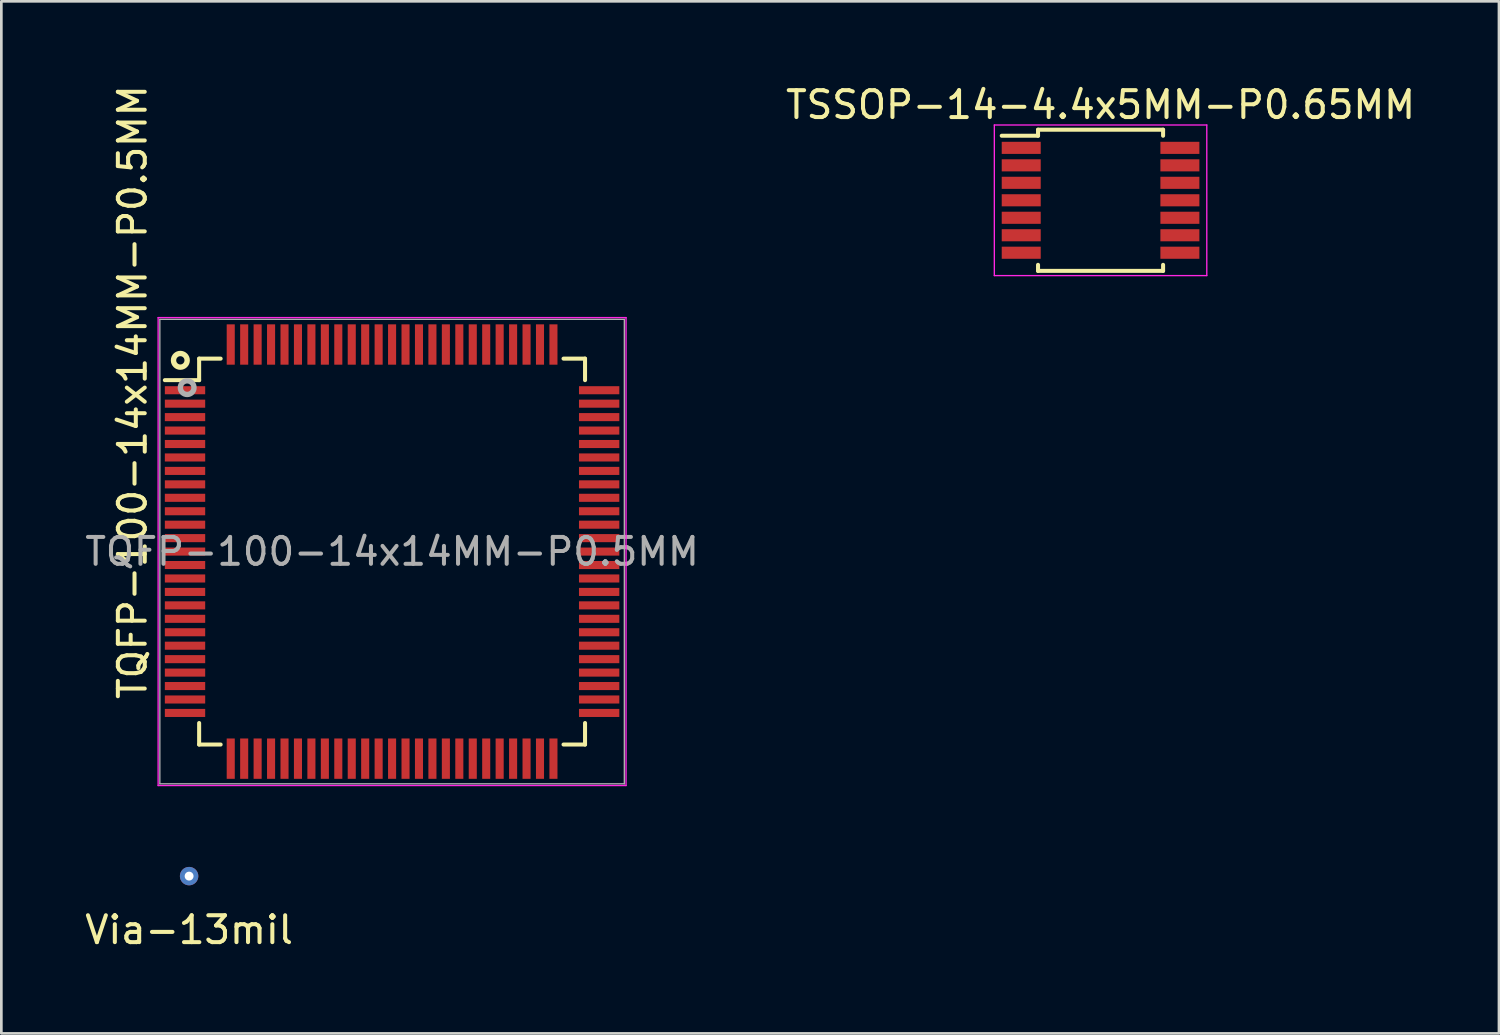
<source format=kicad_pcb>
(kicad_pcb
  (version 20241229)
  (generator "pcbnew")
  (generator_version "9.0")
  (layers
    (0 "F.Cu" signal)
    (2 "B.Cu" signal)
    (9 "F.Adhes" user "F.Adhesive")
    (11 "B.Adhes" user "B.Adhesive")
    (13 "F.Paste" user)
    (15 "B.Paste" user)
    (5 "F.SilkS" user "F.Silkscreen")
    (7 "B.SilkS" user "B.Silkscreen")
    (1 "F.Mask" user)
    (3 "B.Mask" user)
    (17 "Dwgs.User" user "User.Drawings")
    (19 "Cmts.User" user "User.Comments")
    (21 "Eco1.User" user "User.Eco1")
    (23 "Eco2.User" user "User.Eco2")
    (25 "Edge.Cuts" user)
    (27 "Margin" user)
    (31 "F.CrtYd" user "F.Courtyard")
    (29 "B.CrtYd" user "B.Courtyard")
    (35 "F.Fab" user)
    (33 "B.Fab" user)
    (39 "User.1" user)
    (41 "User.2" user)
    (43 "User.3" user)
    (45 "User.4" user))
  (footprint "TSSOP-14-4.4x5MM-P0.65MM"
    (layer "F.Cu")
    (at 37.875 4.398)
    (property "Reference" "TSSOP-14-4.4x5MM-P0.65MM" (at 0 -3.55 0) (layer "F.SilkS") (effects (font (size 1 1) (thickness 0.15))))
    (attr smd)
    (fp_line (start -2.325 -2.625) (end -2.325 -2.4) (stroke (width 0.15) (type solid)) (layer "F.SilkS"))
    (fp_line (start -2.325 -2.625) (end 2.325 -2.625) (stroke (width 0.15) (type solid)) (layer "F.SilkS"))
    (fp_line (start -2.325 -2.4) (end -3.675 -2.4) (stroke (width 0.15) (type solid)) (layer "F.SilkS"))
    (fp_line (start -2.325 2.625) (end -2.325 2.4) (stroke (width 0.15) (type solid)) (layer "F.SilkS"))
    (fp_line (start -2.325 2.625) (end 2.325 2.625) (stroke (width 0.15) (type solid)) (layer "F.SilkS"))
    (fp_line (start 2.325 -2.625) (end 2.325 -2.4) (stroke (width 0.15) (type solid)) (layer "F.SilkS"))
    (fp_line (start 2.325 2.625) (end 2.325 2.4) (stroke (width 0.15) (type solid)) (layer "F.SilkS"))
    (fp_line (start -3.95 -2.8) (end -3.95 2.8) (stroke (width 0.05) (type solid)) (layer "F.CrtYd"))
    (fp_line (start -3.95 -2.8) (end 3.95 -2.8) (stroke (width 0.05) (type solid)) (layer "F.CrtYd"))
    (fp_line (start -3.95 2.8) (end 3.95 2.8) (stroke (width 0.05) (type solid)) (layer "F.CrtYd"))
    (fp_line (start 3.95 -2.8) (end 3.95 2.8) (stroke (width 0.05) (type solid)) (layer "F.CrtYd"))
    (pad "1" smd rect (at -2.95 -1.95) (size 1.45 0.45) (layers "F.Cu" "F.Mask" "F.Paste"))
    (pad "2" smd rect (at -2.95 -1.3) (size 1.45 0.45) (layers "F.Cu" "F.Mask" "F.Paste"))
    (pad "3" smd rect (at -2.95 -0.65) (size 1.45 0.45) (layers "F.Cu" "F.Mask" "F.Paste"))
    (pad "4" smd rect (at -2.95 0) (size 1.45 0.45) (layers "F.Cu" "F.Mask" "F.Paste"))
    (pad "5" smd rect (at -2.95 0.65) (size 1.45 0.45) (layers "F.Cu" "F.Mask" "F.Paste"))
    (pad "6" smd rect (at -2.95 1.3) (size 1.45 0.45) (layers "F.Cu" "F.Mask" "F.Paste"))
    (pad "7" smd rect (at -2.95 1.95) (size 1.45 0.45) (layers "F.Cu" "F.Mask" "F.Paste"))
    (pad "8" smd rect (at 2.95 1.95) (size 1.45 0.45) (layers "F.Cu" "F.Mask" "F.Paste"))
    (pad "9" smd rect (at 2.95 1.3) (size 1.45 0.45) (layers "F.Cu" "F.Mask" "F.Paste"))
    (pad "10" smd rect (at 2.95 0.65) (size 1.45 0.45) (layers "F.Cu" "F.Mask" "F.Paste"))
    (pad "11" smd rect (at 2.95 0) (size 1.45 0.45) (layers "F.Cu" "F.Mask" "F.Paste"))
    (pad "12" smd rect (at 2.95 -0.65) (size 1.45 0.45) (layers "F.Cu" "F.Mask" "F.Paste"))
    (pad "13" smd rect (at 2.95 -1.3) (size 1.45 0.45) (layers "F.Cu" "F.Mask" "F.Paste"))
    (pad "14" smd rect (at 2.95 -1.95) (size 1.45 0.45) (layers "F.Cu" "F.Mask" "F.Paste")))
  (footprint "Via-13mil"
    (layer "F.Cu")
    (at 3.982 29.529)
    (property "Reference" "Via-13mil" (at 0 2 0) (layer "F.SilkS") (effects (font (size 1 1) (thickness 0.15))))
    (attr through_hole)
    (pad "GND" thru_hole circle (at 0 0) (size 0.686 0.686) (drill 0.33) (layers "*.Cu")))
  (footprint "TQFP-100-14x14MM-P0.5MM"
    (layer "F.Cu")
    (at 11.53 17.461)
    (property "Reference" "TQFP-100-14x14MM-P0.5MM" (at 0 0 180) (layer "F.Fab") (effects (font (size 1 1) (thickness 0.15))))
    (attr smd)
    (fp_line (start -7.175 -7.175) (end -7.175 -6.375) (stroke (width 0.15) (type solid)) (layer "F.SilkS"))
    (fp_line (start -7.175 -7.175) (end -6.375 -7.175) (stroke (width 0.15) (type solid)) (layer "F.SilkS"))
    (fp_line (start -7.175 -6.375) (end -8.45 -6.375) (stroke (width 0.15) (type solid)) (layer "F.SilkS"))
    (fp_line (start -7.175 7.175) (end -7.175 6.375) (stroke (width 0.15) (type solid)) (layer "F.SilkS"))
    (fp_line (start -7.175 7.175) (end -6.375 7.175) (stroke (width 0.15) (type solid)) (layer "F.SilkS"))
    (fp_line (start 7.175 -7.175) (end 6.375 -7.175) (stroke (width 0.15) (type solid)) (layer "F.SilkS"))
    (fp_line (start 7.175 -7.175) (end 7.175 -6.375) (stroke (width 0.15) (type solid)) (layer "F.SilkS"))
    (fp_line (start 7.175 7.175) (end 6.375 7.175) (stroke (width 0.15) (type solid)) (layer "F.SilkS"))
    (fp_line (start 7.175 7.175) (end 7.175 6.375) (stroke (width 0.15) (type solid)) (layer "F.SilkS"))
    (fp_circle (center -7.874 -7.112) (end -7.874 -6.858) (stroke (width 0.2) (type solid)) (fill no) (layer "F.SilkS"))
    (fp_line (start -8.7 -8.7) (end -8.7 8.7) (stroke (width 0.05) (type solid)) (layer "F.CrtYd"))
    (fp_line (start -8.7 -8.7) (end 8.7 -8.7) (stroke (width 0.05) (type solid)) (layer "F.CrtYd"))
    (fp_line (start -8.7 8.7) (end 8.7 8.7) (stroke (width 0.05) (type solid)) (layer "F.CrtYd"))
    (fp_line (start 8.7 -8.7) (end 8.7 8.7) (stroke (width 0.05) (type solid)) (layer "F.CrtYd"))
    (fp_line (start -8.636 -8.636) (end -8.636 8.636) (stroke (width 0.05) (type solid)) (layer "F.Fab"))
    (fp_line (start -8.636 8.636) (end 8.636 8.636) (stroke (width 0.05) (type solid)) (layer "F.Fab"))
    (fp_line (start 8.636 -8.636) (end -8.636 -8.636) (stroke (width 0.05) (type solid)) (layer "F.Fab"))
    (fp_line (start 8.636 8.636) (end 8.636 -8.636) (stroke (width 0.05) (type solid)) (layer "F.Fab"))
    (fp_circle (center -7.62 -6.096) (end -7.62 -5.842) (stroke (width 0.2) (type solid)) (fill no) (layer "F.Fab"))
    (fp_text user "${REFERENCE}" (at -9.652 -5.931 90) (layer "F.SilkS") (effects (font (size 1 1) (thickness 0.15))))
    (pad "1" smd rect (at -7.7 -6) (size 1.5 0.3) (layers "F.Cu" "F.Mask" "F.Paste"))
    (pad "2" smd rect (at -7.7 -5.5) (size 1.5 0.3) (layers "F.Cu" "F.Mask" "F.Paste"))
    (pad "3" smd rect (at -7.7 -5) (size 1.5 0.3) (layers "F.Cu" "F.Mask" "F.Paste"))
    (pad "4" smd rect (at -7.7 -4.5) (size 1.5 0.3) (layers "F.Cu" "F.Mask" "F.Paste"))
    (pad "5" smd rect (at -7.7 -4) (size 1.5 0.3) (layers "F.Cu" "F.Mask" "F.Paste"))
    (pad "6" smd rect (at -7.7 -3.5) (size 1.5 0.3) (layers "F.Cu" "F.Mask" "F.Paste"))
    (pad "7" smd rect (at -7.7 -3) (size 1.5 0.3) (layers "F.Cu" "F.Mask" "F.Paste"))
    (pad "8" smd rect (at -7.7 -2.5) (size 1.5 0.3) (layers "F.Cu" "F.Mask" "F.Paste"))
    (pad "9" smd rect (at -7.7 -2) (size 1.5 0.3) (layers "F.Cu" "F.Mask" "F.Paste"))
    (pad "10" smd rect (at -7.7 -1.5) (size 1.5 0.3) (layers "F.Cu" "F.Mask" "F.Paste"))
    (pad "11" smd rect (at -7.7 -1) (size 1.5 0.3) (layers "F.Cu" "F.Mask" "F.Paste"))
    (pad "12" smd rect (at -7.7 -0.5) (size 1.5 0.3) (layers "F.Cu" "F.Mask" "F.Paste"))
    (pad "13" smd rect (at -7.7 0) (size 1.5 0.3) (layers "F.Cu" "F.Mask" "F.Paste"))
    (pad "14" smd rect (at -7.7 0.5) (size 1.5 0.3) (layers "F.Cu" "F.Mask" "F.Paste"))
    (pad "15" smd rect (at -7.7 1) (size 1.5 0.3) (layers "F.Cu" "F.Mask" "F.Paste"))
    (pad "16" smd rect (at -7.7 1.5) (size 1.5 0.3) (layers "F.Cu" "F.Mask" "F.Paste"))
    (pad "17" smd rect (at -7.7 2) (size 1.5 0.3) (layers "F.Cu" "F.Mask" "F.Paste"))
    (pad "18" smd rect (at -7.7 2.5) (size 1.5 0.3) (layers "F.Cu" "F.Mask" "F.Paste"))
    (pad "19" smd rect (at -7.7 3) (size 1.5 0.3) (layers "F.Cu" "F.Mask" "F.Paste"))
    (pad "20" smd rect (at -7.7 3.5) (size 1.5 0.3) (layers "F.Cu" "F.Mask" "F.Paste"))
    (pad "21" smd rect (at -7.7 4) (size 1.5 0.3) (layers "F.Cu" "F.Mask" "F.Paste"))
    (pad "22" smd rect (at -7.7 4.5) (size 1.5 0.3) (layers "F.Cu" "F.Mask" "F.Paste"))
    (pad "23" smd rect (at -7.7 5) (size 1.5 0.3) (layers "F.Cu" "F.Mask" "F.Paste"))
    (pad "24" smd rect (at -7.7 5.5) (size 1.5 0.3) (layers "F.Cu" "F.Mask" "F.Paste"))
    (pad "25" smd rect (at -7.7 6) (size 1.5 0.3) (layers "F.Cu" "F.Mask" "F.Paste"))
    (pad "26" smd rect (at -6 7.7 90) (size 1.5 0.3) (layers "F.Cu" "F.Mask" "F.Paste"))
    (pad "27" smd rect (at -5.5 7.7 90) (size 1.5 0.3) (layers "F.Cu" "F.Mask" "F.Paste"))
    (pad "28" smd rect (at -5 7.7 90) (size 1.5 0.3) (layers "F.Cu" "F.Mask" "F.Paste"))
    (pad "29" smd rect (at -4.5 7.7 90) (size 1.5 0.3) (layers "F.Cu" "F.Mask" "F.Paste"))
    (pad "30" smd rect (at -4 7.7 90) (size 1.5 0.3) (layers "F.Cu" "F.Mask" "F.Paste"))
    (pad "31" smd rect (at -3.5 7.7 90) (size 1.5 0.3) (layers "F.Cu" "F.Mask" "F.Paste"))
    (pad "32" smd rect (at -3 7.7 90) (size 1.5 0.3) (layers "F.Cu" "F.Mask" "F.Paste"))
    (pad "33" smd rect (at -2.5 7.7 90) (size 1.5 0.3) (layers "F.Cu" "F.Mask" "F.Paste"))
    (pad "34" smd rect (at -2 7.7 90) (size 1.5 0.3) (layers "F.Cu" "F.Mask" "F.Paste"))
    (pad "35" smd rect (at -1.5 7.7 90) (size 1.5 0.3) (layers "F.Cu" "F.Mask" "F.Paste"))
    (pad "36" smd rect (at -1 7.7 90) (size 1.5 0.3) (layers "F.Cu" "F.Mask" "F.Paste"))
    (pad "37" smd rect (at -0.5 7.7 90) (size 1.5 0.3) (layers "F.Cu" "F.Mask" "F.Paste"))
    (pad "38" smd rect (at 0 7.7 90) (size 1.5 0.3) (layers "F.Cu" "F.Mask" "F.Paste"))
    (pad "39" smd rect (at 0.5 7.7 90) (size 1.5 0.3) (layers "F.Cu" "F.Mask" "F.Paste"))
    (pad "40" smd rect (at 1 7.7 90) (size 1.5 0.3) (layers "F.Cu" "F.Mask" "F.Paste"))
    (pad "41" smd rect (at 1.5 7.7 90) (size 1.5 0.3) (layers "F.Cu" "F.Mask" "F.Paste"))
    (pad "42" smd rect (at 2 7.7 90) (size 1.5 0.3) (layers "F.Cu" "F.Mask" "F.Paste"))
    (pad "43" smd rect (at 2.5 7.7 90) (size 1.5 0.3) (layers "F.Cu" "F.Mask" "F.Paste"))
    (pad "44" smd rect (at 3 7.7 90) (size 1.5 0.3) (layers "F.Cu" "F.Mask" "F.Paste"))
    (pad "45" smd rect (at 3.5 7.7 90) (size 1.5 0.3) (layers "F.Cu" "F.Mask" "F.Paste"))
    (pad "46" smd rect (at 4 7.7 90) (size 1.5 0.3) (layers "F.Cu" "F.Mask" "F.Paste"))
    (pad "47" smd rect (at 4.5 7.7 90) (size 1.5 0.3) (layers "F.Cu" "F.Mask" "F.Paste"))
    (pad "48" smd rect (at 5 7.7 90) (size 1.5 0.3) (layers "F.Cu" "F.Mask" "F.Paste"))
    (pad "49" smd rect (at 5.5 7.7 90) (size 1.5 0.3) (layers "F.Cu" "F.Mask" "F.Paste"))
    (pad "50" smd rect (at 6 7.7 90) (size 1.5 0.3) (layers "F.Cu" "F.Mask" "F.Paste"))
    (pad "51" smd rect (at 7.7 6) (size 1.5 0.3) (layers "F.Cu" "F.Mask" "F.Paste"))
    (pad "52" smd rect (at 7.7 5.5) (size 1.5 0.3) (layers "F.Cu" "F.Mask" "F.Paste"))
    (pad "53" smd rect (at 7.7 5) (size 1.5 0.3) (layers "F.Cu" "F.Mask" "F.Paste"))
    (pad "54" smd rect (at 7.7 4.5) (size 1.5 0.3) (layers "F.Cu" "F.Mask" "F.Paste"))
    (pad "55" smd rect (at 7.7 4) (size 1.5 0.3) (layers "F.Cu" "F.Mask" "F.Paste"))
    (pad "56" smd rect (at 7.7 3.5) (size 1.5 0.3) (layers "F.Cu" "F.Mask" "F.Paste"))
    (pad "57" smd rect (at 7.7 3) (size 1.5 0.3) (layers "F.Cu" "F.Mask" "F.Paste"))
    (pad "58" smd rect (at 7.7 2.5) (size 1.5 0.3) (layers "F.Cu" "F.Mask" "F.Paste"))
    (pad "59" smd rect (at 7.7 2) (size 1.5 0.3) (layers "F.Cu" "F.Mask" "F.Paste"))
    (pad "60" smd rect (at 7.7 1.5) (size 1.5 0.3) (layers "F.Cu" "F.Mask" "F.Paste"))
    (pad "61" smd rect (at 7.7 1) (size 1.5 0.3) (layers "F.Cu" "F.Mask" "F.Paste"))
    (pad "62" smd rect (at 7.7 0.5) (size 1.5 0.3) (layers "F.Cu" "F.Mask" "F.Paste"))
    (pad "63" smd rect (at 7.7 0) (size 1.5 0.3) (layers "F.Cu" "F.Mask" "F.Paste"))
    (pad "64" smd rect (at 7.7 -0.5) (size 1.5 0.3) (layers "F.Cu" "F.Mask" "F.Paste"))
    (pad "65" smd rect (at 7.7 -1) (size 1.5 0.3) (layers "F.Cu" "F.Mask" "F.Paste"))
    (pad "66" smd rect (at 7.7 -1.5) (size 1.5 0.3) (layers "F.Cu" "F.Mask" "F.Paste"))
    (pad "67" smd rect (at 7.7 -2) (size 1.5 0.3) (layers "F.Cu" "F.Mask" "F.Paste"))
    (pad "68" smd rect (at 7.7 -2.5) (size 1.5 0.3) (layers "F.Cu" "F.Mask" "F.Paste"))
    (pad "69" smd rect (at 7.7 -3) (size 1.5 0.3) (layers "F.Cu" "F.Mask" "F.Paste"))
    (pad "70" smd rect (at 7.7 -3.5) (size 1.5 0.3) (layers "F.Cu" "F.Mask" "F.Paste"))
    (pad "71" smd rect (at 7.7 -4) (size 1.5 0.3) (layers "F.Cu" "F.Mask" "F.Paste"))
    (pad "72" smd rect (at 7.7 -4.5) (size 1.5 0.3) (layers "F.Cu" "F.Mask" "F.Paste"))
    (pad "73" smd rect (at 7.7 -5) (size 1.5 0.3) (layers "F.Cu" "F.Mask" "F.Paste"))
    (pad "74" smd rect (at 7.7 -5.5) (size 1.5 0.3) (layers "F.Cu" "F.Mask" "F.Paste"))
    (pad "75" smd rect (at 7.7 -6) (size 1.5 0.3) (layers "F.Cu" "F.Mask" "F.Paste"))
    (pad "76" smd rect (at 6 -7.7 90) (size 1.5 0.3) (layers "F.Cu" "F.Mask" "F.Paste"))
    (pad "77" smd rect (at 5.5 -7.7 90) (size 1.5 0.3) (layers "F.Cu" "F.Mask" "F.Paste"))
    (pad "78" smd rect (at 5 -7.7 90) (size 1.5 0.3) (layers "F.Cu" "F.Mask" "F.Paste"))
    (pad "79" smd rect (at 4.5 -7.7 90) (size 1.5 0.3) (layers "F.Cu" "F.Mask" "F.Paste"))
    (pad "80" smd rect (at 4 -7.7 90) (size 1.5 0.3) (layers "F.Cu" "F.Mask" "F.Paste"))
    (pad "81" smd rect (at 3.5 -7.7 90) (size 1.5 0.3) (layers "F.Cu" "F.Mask" "F.Paste"))
    (pad "82" smd rect (at 3 -7.7 90) (size 1.5 0.3) (layers "F.Cu" "F.Mask" "F.Paste"))
    (pad "83" smd rect (at 2.5 -7.7 90) (size 1.5 0.3) (layers "F.Cu" "F.Mask" "F.Paste"))
    (pad "84" smd rect (at 2 -7.7 90) (size 1.5 0.3) (layers "F.Cu" "F.Mask" "F.Paste"))
    (pad "85" smd rect (at 1.5 -7.7 90) (size 1.5 0.3) (layers "F.Cu" "F.Mask" "F.Paste"))
    (pad "86" smd rect (at 1 -7.7 90) (size 1.5 0.3) (layers "F.Cu" "F.Mask" "F.Paste"))
    (pad "87" smd rect (at 0.5 -7.7 90) (size 1.5 0.3) (layers "F.Cu" "F.Mask" "F.Paste"))
    (pad "88" smd rect (at 0 -7.7 90) (size 1.5 0.3) (layers "F.Cu" "F.Mask" "F.Paste"))
    (pad "89" smd rect (at -0.5 -7.7 90) (size 1.5 0.3) (layers "F.Cu" "F.Mask" "F.Paste"))
    (pad "90" smd rect (at -1 -7.7 90) (size 1.5 0.3) (layers "F.Cu" "F.Mask" "F.Paste"))
    (pad "91" smd rect (at -1.5 -7.7 90) (size 1.5 0.3) (layers "F.Cu" "F.Mask" "F.Paste"))
    (pad "92" smd rect (at -2 -7.7 90) (size 1.5 0.3) (layers "F.Cu" "F.Mask" "F.Paste"))
    (pad "93" smd rect (at -2.5 -7.7 90) (size 1.5 0.3) (layers "F.Cu" "F.Mask" "F.Paste"))
    (pad "94" smd rect (at -3 -7.7 90) (size 1.5 0.3) (layers "F.Cu" "F.Mask" "F.Paste"))
    (pad "95" smd rect (at -3.5 -7.7 90) (size 1.5 0.3) (layers "F.Cu" "F.Mask" "F.Paste"))
    (pad "96" smd rect (at -4 -7.7 90) (size 1.5 0.3) (layers "F.Cu" "F.Mask" "F.Paste"))
    (pad "97" smd rect (at -4.5 -7.7 90) (size 1.5 0.3) (layers "F.Cu" "F.Mask" "F.Paste"))
    (pad "98" smd rect (at -5 -7.7 90) (size 1.5 0.3) (layers "F.Cu" "F.Mask" "F.Paste"))
    (pad "99" smd rect (at -5.5 -7.7 90) (size 1.5 0.3) (layers "F.Cu" "F.Mask" "F.Paste"))
    (pad "100" smd rect (at -6 -7.7 90) (size 1.5 0.3) (layers "F.Cu" "F.Mask" "F.Paste")))
  (gr_rect
    (start -3 -3)
    (end 52.69 35.377)
    (stroke (width 0.1) (type default))
    (fill no)
    (layer "Edge.Cuts")))
</source>
